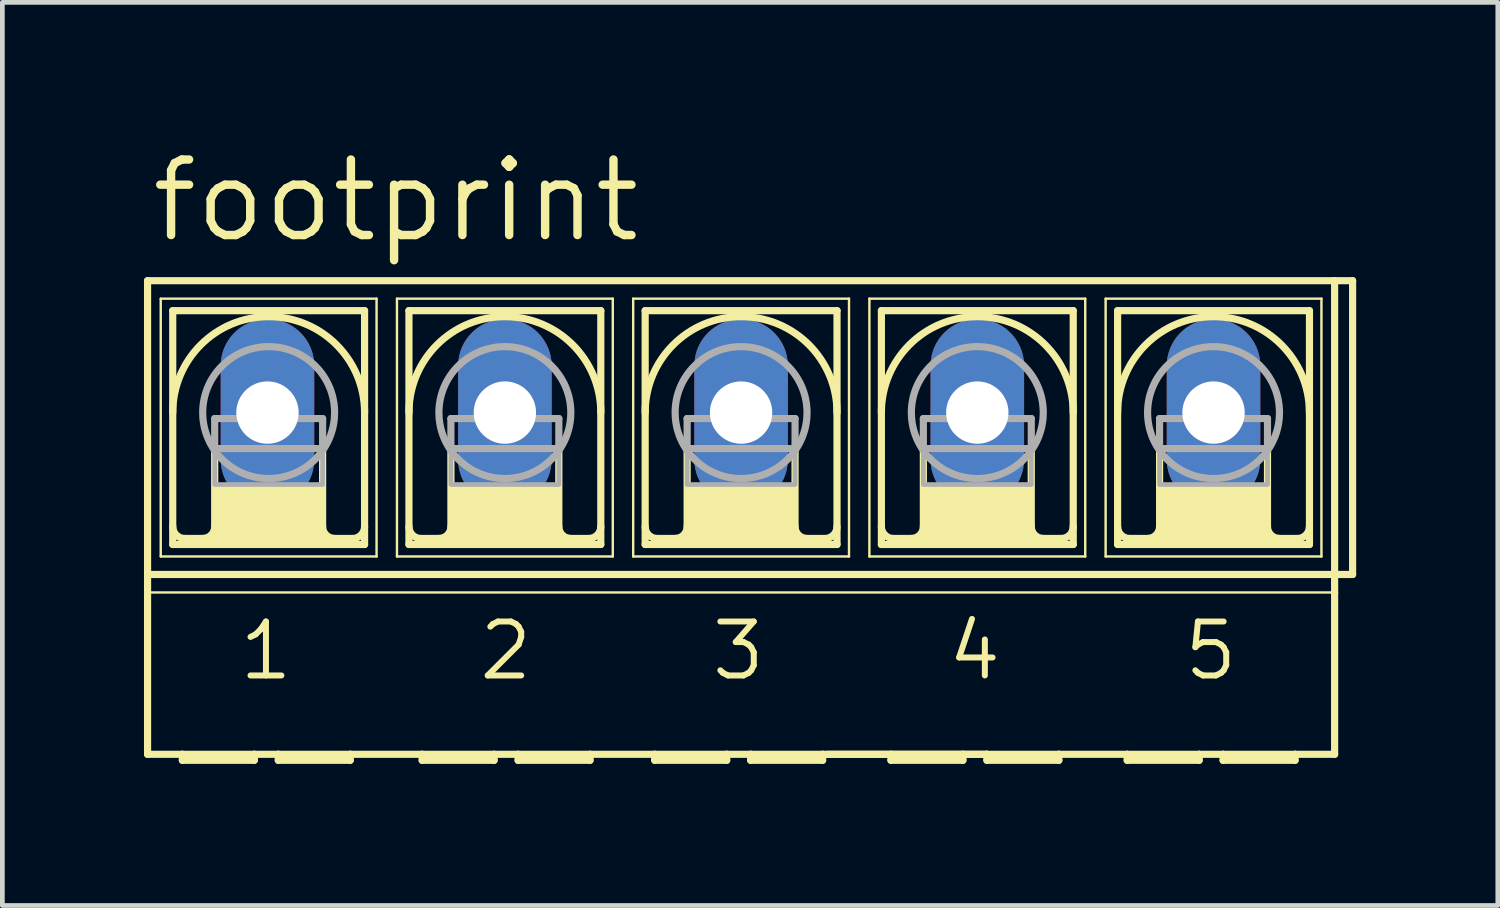
<source format=kicad_pcb>
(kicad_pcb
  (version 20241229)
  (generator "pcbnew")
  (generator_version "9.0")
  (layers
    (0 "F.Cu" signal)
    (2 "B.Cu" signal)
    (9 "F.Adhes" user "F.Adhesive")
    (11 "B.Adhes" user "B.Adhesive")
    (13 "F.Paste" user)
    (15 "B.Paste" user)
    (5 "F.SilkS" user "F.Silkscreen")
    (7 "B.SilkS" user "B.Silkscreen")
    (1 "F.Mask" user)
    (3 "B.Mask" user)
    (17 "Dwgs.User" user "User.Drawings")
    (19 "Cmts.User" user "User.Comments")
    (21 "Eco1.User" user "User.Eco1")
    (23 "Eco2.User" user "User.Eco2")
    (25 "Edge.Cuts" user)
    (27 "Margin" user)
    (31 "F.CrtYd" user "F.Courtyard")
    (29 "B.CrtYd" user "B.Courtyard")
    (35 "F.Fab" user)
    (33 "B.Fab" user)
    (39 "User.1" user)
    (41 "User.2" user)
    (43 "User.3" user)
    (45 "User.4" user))
  (footprint "footprint"
    (layer "F.Cu")
    (at 12.649 5.69)
    (property "Reference" "footprint" (at -12.573 -3.556 0) (layer "F.SilkS") (effects (font (size 1.6 1.6) (thickness 0.178)) (justify left bottom)))
    (fp_line (start -12.573 3.429) (end -12.573 -2.794) (stroke (width 0.152) (type solid)) (layer "F.SilkS"))
    (fp_line (start -12.573 3.429) (end 12.573 3.429) (stroke (width 0.152) (type solid)) (layer "F.SilkS"))
    (fp_line (start -12.573 3.81) (end -12.573 3.429) (stroke (width 0.152) (type solid)) (layer "F.SilkS"))
    (fp_line (start -12.573 7.239) (end -12.573 3.81) (stroke (width 0.152) (type solid)) (layer "F.SilkS"))
    (fp_line (start -12.573 7.239) (end -11.836 7.239) (stroke (width 0.152) (type solid)) (layer "F.SilkS"))
    (fp_line (start -12.294 -2.413) (end -12.294 3.048) (stroke (width 0.051) (type solid)) (layer "F.SilkS"))
    (fp_line (start -12.294 -2.413) (end -7.722 -2.413) (stroke (width 0.051) (type solid)) (layer "F.SilkS"))
    (fp_line (start -12.04 2.794) (end -12.04 -2.159) (stroke (width 0.152) (type solid)) (layer "F.SilkS"))
    (fp_line (start -12.04 2.794) (end -7.976 2.794) (stroke (width 0.152) (type solid)) (layer "F.SilkS"))
    (fp_line (start -11.836 7.239) (end -10.312 7.239) (stroke (width 0.152) (type solid)) (layer "F.SilkS"))
    (fp_line (start -11.836 7.366) (end -11.836 7.239) (stroke (width 0.152) (type solid)) (layer "F.SilkS"))
    (fp_line (start -11.836 7.366) (end -10.312 7.366) (stroke (width 0.152) (type solid)) (layer "F.SilkS"))
    (fp_line (start -11.151 0.762) (end -11.151 2.413) (stroke (width 0.152) (type solid)) (layer "F.SilkS"))
    (fp_line (start -10.312 7.239) (end -10.312 7.366) (stroke (width 0.152) (type solid)) (layer "F.SilkS"))
    (fp_line (start -10.312 7.239) (end -9.804 7.239) (stroke (width 0.152) (type solid)) (layer "F.SilkS"))
    (fp_line (start -9.804 7.239) (end -8.28 7.239) (stroke (width 0.152) (type solid)) (layer "F.SilkS"))
    (fp_line (start -9.804 7.366) (end -9.804 7.239) (stroke (width 0.152) (type solid)) (layer "F.SilkS"))
    (fp_line (start -9.804 7.366) (end -8.28 7.366) (stroke (width 0.152) (type solid)) (layer "F.SilkS"))
    (fp_line (start -8.865 0.762) (end -8.865 2.413) (stroke (width 0.152) (type solid)) (layer "F.SilkS"))
    (fp_line (start -8.28 7.239) (end -6.756 7.239) (stroke (width 0.152) (type solid)) (layer "F.SilkS"))
    (fp_line (start -8.28 7.366) (end -8.28 7.239) (stroke (width 0.152) (type solid)) (layer "F.SilkS"))
    (fp_line (start -8.23 2.667) (end -11.786 2.667) (stroke (width 0.152) (type solid)) (layer "F.SilkS"))
    (fp_line (start -7.976 -2.159) (end -12.04 -2.159) (stroke (width 0.152) (type solid)) (layer "F.SilkS"))
    (fp_line (start -7.976 -2.159) (end -7.976 2.794) (stroke (width 0.152) (type solid)) (layer "F.SilkS"))
    (fp_line (start -7.722 -2.413) (end -7.722 3.048) (stroke (width 0.051) (type solid)) (layer "F.SilkS"))
    (fp_line (start -7.722 3.048) (end -12.294 3.048) (stroke (width 0.051) (type solid)) (layer "F.SilkS"))
    (fp_line (start -7.29 -2.413) (end -7.29 3.048) (stroke (width 0.051) (type solid)) (layer "F.SilkS"))
    (fp_line (start -7.29 -2.413) (end -2.718 -2.413) (stroke (width 0.051) (type solid)) (layer "F.SilkS"))
    (fp_line (start -7.036 -2.159) (end -7.036 2.794) (stroke (width 0.152) (type solid)) (layer "F.SilkS"))
    (fp_line (start -7.036 2.794) (end -2.972 2.794) (stroke (width 0.152) (type solid)) (layer "F.SilkS"))
    (fp_line (start -6.756 7.239) (end -5.232 7.239) (stroke (width 0.152) (type solid)) (layer "F.SilkS"))
    (fp_line (start -6.756 7.366) (end -6.756 7.239) (stroke (width 0.152) (type solid)) (layer "F.SilkS"))
    (fp_line (start -6.756 7.366) (end -5.232 7.366) (stroke (width 0.152) (type solid)) (layer "F.SilkS"))
    (fp_line (start -6.147 0.762) (end -6.147 2.413) (stroke (width 0.152) (type solid)) (layer "F.SilkS"))
    (fp_line (start -5.232 7.239) (end -5.232 7.366) (stroke (width 0.152) (type solid)) (layer "F.SilkS"))
    (fp_line (start -5.232 7.239) (end -4.724 7.239) (stroke (width 0.152) (type solid)) (layer "F.SilkS"))
    (fp_line (start -4.724 7.239) (end -3.2 7.239) (stroke (width 0.152) (type solid)) (layer "F.SilkS"))
    (fp_line (start -4.724 7.366) (end -4.724 7.239) (stroke (width 0.152) (type solid)) (layer "F.SilkS"))
    (fp_line (start -4.724 7.366) (end -3.2 7.366) (stroke (width 0.152) (type solid)) (layer "F.SilkS"))
    (fp_line (start -3.861 0.762) (end -3.861 2.413) (stroke (width 0.152) (type solid)) (layer "F.SilkS"))
    (fp_line (start -3.226 2.667) (end -6.782 2.667) (stroke (width 0.152) (type solid)) (layer "F.SilkS"))
    (fp_line (start -3.2 7.366) (end -3.2 7.239) (stroke (width 0.152) (type solid)) (layer "F.SilkS"))
    (fp_line (start -2.972 -2.159) (end -7.036 -2.159) (stroke (width 0.152) (type solid)) (layer "F.SilkS"))
    (fp_line (start -2.972 2.794) (end -2.972 -2.159) (stroke (width 0.152) (type solid)) (layer "F.SilkS"))
    (fp_line (start -2.718 3.048) (end -7.29 3.048) (stroke (width 0.051) (type solid)) (layer "F.SilkS"))
    (fp_line (start -2.718 3.048) (end -2.718 -2.413) (stroke (width 0.051) (type solid)) (layer "F.SilkS"))
    (fp_line (start -2.286 -2.413) (end -2.286 3.048) (stroke (width 0.051) (type solid)) (layer "F.SilkS"))
    (fp_line (start -2.286 -2.413) (end 2.286 -2.413) (stroke (width 0.051) (type solid)) (layer "F.SilkS"))
    (fp_line (start -2.032 2.794) (end -2.032 -2.159) (stroke (width 0.152) (type solid)) (layer "F.SilkS"))
    (fp_line (start -2.032 2.794) (end 2.032 2.794) (stroke (width 0.152) (type solid)) (layer "F.SilkS"))
    (fp_line (start -1.829 7.239) (end -3.2 7.239) (stroke (width 0.152) (type solid)) (layer "F.SilkS"))
    (fp_line (start -1.829 7.239) (end -1.829 7.366) (stroke (width 0.152) (type solid)) (layer "F.SilkS"))
    (fp_line (start -1.829 7.239) (end -0.305 7.239) (stroke (width 0.152) (type solid)) (layer "F.SilkS"))
    (fp_line (start -1.829 7.366) (end -0.305 7.366) (stroke (width 0.152) (type solid)) (layer "F.SilkS"))
    (fp_line (start -1.143 0.762) (end -1.143 2.413) (stroke (width 0.152) (type solid)) (layer "F.SilkS"))
    (fp_line (start -0.305 7.239) (end -0.305 7.366) (stroke (width 0.152) (type solid)) (layer "F.SilkS"))
    (fp_line (start -0.305 7.239) (end 0.203 7.239) (stroke (width 0.152) (type solid)) (layer "F.SilkS"))
    (fp_line (start 0.203 7.239) (end 0.203 7.366) (stroke (width 0.152) (type solid)) (layer "F.SilkS"))
    (fp_line (start 0.203 7.239) (end 1.727 7.239) (stroke (width 0.152) (type solid)) (layer "F.SilkS"))
    (fp_line (start 0.203 7.366) (end 1.727 7.366) (stroke (width 0.152) (type solid)) (layer "F.SilkS"))
    (fp_line (start 1.143 0.762) (end 1.143 2.413) (stroke (width 0.152) (type solid)) (layer "F.SilkS"))
    (fp_line (start 1.727 7.366) (end 1.727 7.239) (stroke (width 0.152) (type solid)) (layer "F.SilkS"))
    (fp_line (start 1.778 2.667) (end -1.778 2.667) (stroke (width 0.152) (type solid)) (layer "F.SilkS"))
    (fp_line (start 2.032 -2.159) (end -2.032 -2.159) (stroke (width 0.152) (type solid)) (layer "F.SilkS"))
    (fp_line (start 2.032 -2.159) (end 2.032 2.794) (stroke (width 0.152) (type solid)) (layer "F.SilkS"))
    (fp_line (start 2.286 -2.413) (end 2.286 3.048) (stroke (width 0.051) (type solid)) (layer "F.SilkS"))
    (fp_line (start 2.286 3.048) (end -2.286 3.048) (stroke (width 0.051) (type solid)) (layer "F.SilkS"))
    (fp_line (start 2.718 -2.413) (end 2.718 3.048) (stroke (width 0.051) (type solid)) (layer "F.SilkS"))
    (fp_line (start 2.718 -2.413) (end 7.29 -2.413) (stroke (width 0.051) (type solid)) (layer "F.SilkS"))
    (fp_line (start 2.972 2.794) (end 2.972 -2.159) (stroke (width 0.152) (type solid)) (layer "F.SilkS"))
    (fp_line (start 2.972 2.794) (end 7.036 2.794) (stroke (width 0.152) (type solid)) (layer "F.SilkS"))
    (fp_line (start 3.175 7.239) (end 1.829 7.239) (stroke (width 0.152) (type solid)) (layer "F.SilkS"))
    (fp_line (start 3.175 7.239) (end 3.175 7.366) (stroke (width 0.152) (type solid)) (layer "F.SilkS"))
    (fp_line (start 3.175 7.239) (end 4.699 7.239) (stroke (width 0.152) (type solid)) (layer "F.SilkS"))
    (fp_line (start 3.175 7.366) (end 4.699 7.366) (stroke (width 0.152) (type solid)) (layer "F.SilkS"))
    (fp_line (start 3.861 0.762) (end 3.861 2.413) (stroke (width 0.152) (type solid)) (layer "F.SilkS"))
    (fp_line (start 4.699 7.239) (end 4.699 7.366) (stroke (width 0.152) (type solid)) (layer "F.SilkS"))
    (fp_line (start 4.699 7.239) (end 5.207 7.239) (stroke (width 0.152) (type solid)) (layer "F.SilkS"))
    (fp_line (start 5.207 7.239) (end 1.727 7.239) (stroke (width 0.152) (type solid)) (layer "F.SilkS"))
    (fp_line (start 5.207 7.239) (end 5.207 7.366) (stroke (width 0.152) (type solid)) (layer "F.SilkS"))
    (fp_line (start 5.207 7.366) (end 6.731 7.366) (stroke (width 0.152) (type solid)) (layer "F.SilkS"))
    (fp_line (start 6.147 0.762) (end 6.147 2.413) (stroke (width 0.152) (type solid)) (layer "F.SilkS"))
    (fp_line (start 6.731 7.239) (end 5.207 7.239) (stroke (width 0.152) (type solid)) (layer "F.SilkS"))
    (fp_line (start 6.731 7.366) (end 6.731 7.239) (stroke (width 0.152) (type solid)) (layer "F.SilkS"))
    (fp_line (start 6.782 2.667) (end 3.226 2.667) (stroke (width 0.152) (type solid)) (layer "F.SilkS"))
    (fp_line (start 7.036 -2.159) (end 2.972 -2.159) (stroke (width 0.152) (type solid)) (layer "F.SilkS"))
    (fp_line (start 7.036 -2.159) (end 7.036 2.794) (stroke (width 0.152) (type solid)) (layer "F.SilkS"))
    (fp_line (start 7.29 -2.413) (end 7.29 3.048) (stroke (width 0.051) (type solid)) (layer "F.SilkS"))
    (fp_line (start 7.29 3.048) (end 2.718 3.048) (stroke (width 0.051) (type solid)) (layer "F.SilkS"))
    (fp_line (start 7.722 -2.413) (end 7.722 3.048) (stroke (width 0.051) (type solid)) (layer "F.SilkS"))
    (fp_line (start 7.722 -2.413) (end 12.294 -2.413) (stroke (width 0.051) (type solid)) (layer "F.SilkS"))
    (fp_line (start 7.976 2.794) (end 7.976 -2.159) (stroke (width 0.152) (type solid)) (layer "F.SilkS"))
    (fp_line (start 7.976 2.794) (end 12.04 2.794) (stroke (width 0.152) (type solid)) (layer "F.SilkS"))
    (fp_line (start 8.179 7.239) (end 6.731 7.239) (stroke (width 0.152) (type solid)) (layer "F.SilkS"))
    (fp_line (start 8.179 7.366) (end 8.179 7.239) (stroke (width 0.152) (type solid)) (layer "F.SilkS"))
    (fp_line (start 8.179 7.366) (end 9.703 7.366) (stroke (width 0.152) (type solid)) (layer "F.SilkS"))
    (fp_line (start 8.865 0.762) (end 8.865 2.413) (stroke (width 0.152) (type solid)) (layer "F.SilkS"))
    (fp_line (start 9.703 7.239) (end 8.179 7.239) (stroke (width 0.152) (type solid)) (layer "F.SilkS"))
    (fp_line (start 9.703 7.239) (end 9.703 7.366) (stroke (width 0.152) (type solid)) (layer "F.SilkS"))
    (fp_line (start 10.211 7.239) (end 9.703 7.239) (stroke (width 0.152) (type solid)) (layer "F.SilkS"))
    (fp_line (start 10.211 7.366) (end 10.211 7.239) (stroke (width 0.152) (type solid)) (layer "F.SilkS"))
    (fp_line (start 10.211 7.366) (end 11.735 7.366) (stroke (width 0.152) (type solid)) (layer "F.SilkS"))
    (fp_line (start 11.151 0.762) (end 11.151 2.413) (stroke (width 0.152) (type solid)) (layer "F.SilkS"))
    (fp_line (start 11.735 7.239) (end 10.211 7.239) (stroke (width 0.152) (type solid)) (layer "F.SilkS"))
    (fp_line (start 11.735 7.366) (end 11.735 7.239) (stroke (width 0.152) (type solid)) (layer "F.SilkS"))
    (fp_line (start 11.786 2.667) (end 8.23 2.667) (stroke (width 0.152) (type solid)) (layer "F.SilkS"))
    (fp_line (start 12.04 -2.159) (end 7.976 -2.159) (stroke (width 0.152) (type solid)) (layer "F.SilkS"))
    (fp_line (start 12.04 -2.159) (end 12.04 2.794) (stroke (width 0.152) (type solid)) (layer "F.SilkS"))
    (fp_line (start 12.294 -2.413) (end 12.294 3.048) (stroke (width 0.051) (type solid)) (layer "F.SilkS"))
    (fp_line (start 12.294 3.048) (end 7.722 3.048) (stroke (width 0.051) (type solid)) (layer "F.SilkS"))
    (fp_line (start 12.573 -2.794) (end -12.573 -2.794) (stroke (width 0.152) (type solid)) (layer "F.SilkS"))
    (fp_line (start 12.573 -2.794) (end 12.573 3.429) (stroke (width 0.152) (type solid)) (layer "F.SilkS"))
    (fp_line (start 12.573 3.429) (end 12.573 3.81) (stroke (width 0.152) (type solid)) (layer "F.SilkS"))
    (fp_line (start 12.573 3.81) (end -12.573 3.81) (stroke (width 0.051) (type solid)) (layer "F.SilkS"))
    (fp_line (start 12.573 3.81) (end 12.573 7.239) (stroke (width 0.152) (type solid)) (layer "F.SilkS"))
    (fp_line (start 12.573 7.239) (end 11.735 7.239) (stroke (width 0.152) (type solid)) (layer "F.SilkS"))
    (fp_line (start 12.954 -2.794) (end 12.573 -2.794) (stroke (width 0.152) (type solid)) (layer "F.SilkS"))
    (fp_line (start 12.954 -2.794) (end 12.954 3.429) (stroke (width 0.152) (type solid)) (layer "F.SilkS"))
    (fp_line (start 12.954 3.429) (end 12.573 3.429) (stroke (width 0.152) (type solid)) (layer "F.SilkS"))
    (fp_arc (start -12.0396 0) (mid -10.0076 -2.032) (end -7.9756 0) (stroke (width 0.1524) (type solid)) (layer "F.SilkS"))
    (fp_arc (start -11.7856 2.667) (mid -11.965205 2.592605) (end -12.0396 2.413) (stroke (width 0.1524) (type solid)) (layer "F.SilkS"))
    (fp_arc (start -11.1506 2.413) (mid -11.224995 2.592605) (end -11.4046 2.667) (stroke (width 0.1524) (type solid)) (layer "F.SilkS"))
    (fp_arc (start -8.6106 2.667) (mid -8.790205 2.592605) (end -8.8646 2.413) (stroke (width 0.1524) (type solid)) (layer "F.SilkS"))
    (fp_arc (start -7.9756 2.413) (mid -8.049995 2.592605) (end -8.2296 2.667) (stroke (width 0.1524) (type solid)) (layer "F.SilkS"))
    (fp_arc (start -7.0358 0) (mid -5.0038 -2.032) (end -2.9718 0) (stroke (width 0.1524) (type solid)) (layer "F.SilkS"))
    (fp_arc (start -6.7818 2.667) (mid -6.961405 2.592605) (end -7.0358 2.413) (stroke (width 0.1524) (type solid)) (layer "F.SilkS"))
    (fp_arc (start -6.1468 2.413) (mid -6.221195 2.592605) (end -6.4008 2.667) (stroke (width 0.1524) (type solid)) (layer "F.SilkS"))
    (fp_arc (start -3.6068 2.667) (mid -3.786405 2.592605) (end -3.8608 2.413) (stroke (width 0.1524) (type solid)) (layer "F.SilkS"))
    (fp_arc (start -2.9718 2.413) (mid -3.046195 2.592605) (end -3.2258 2.667) (stroke (width 0.1524) (type solid)) (layer "F.SilkS"))
    (fp_arc (start -2.032 0) (mid 0 -2.032) (end 2.032 0) (stroke (width 0.1524) (type solid)) (layer "F.SilkS"))
    (fp_arc (start -1.778 2.667) (mid -1.957605 2.592605) (end -2.032 2.413) (stroke (width 0.1524) (type solid)) (layer "F.SilkS"))
    (fp_arc (start -1.143 2.413) (mid -1.217395 2.592605) (end -1.397 2.667) (stroke (width 0.1524) (type solid)) (layer "F.SilkS"))
    (fp_arc (start 1.397 2.667) (mid 1.217395 2.592605) (end 1.143 2.413) (stroke (width 0.1524) (type solid)) (layer "F.SilkS"))
    (fp_arc (start 2.032 2.413) (mid 1.957605 2.592605) (end 1.778 2.667) (stroke (width 0.1524) (type solid)) (layer "F.SilkS"))
    (fp_arc (start 2.9718 0) (mid 5.0038 -2.032) (end 7.0358 0) (stroke (width 0.1524) (type solid)) (layer "F.SilkS"))
    (fp_arc (start 3.2258 2.667) (mid 3.046195 2.592605) (end 2.9718 2.413) (stroke (width 0.1524) (type solid)) (layer "F.SilkS"))
    (fp_arc (start 3.8608 2.413) (mid 3.786405 2.592605) (end 3.6068 2.667) (stroke (width 0.1524) (type solid)) (layer "F.SilkS"))
    (fp_arc (start 6.4008 2.667) (mid 6.221195 2.592605) (end 6.1468 2.413) (stroke (width 0.1524) (type solid)) (layer "F.SilkS"))
    (fp_arc (start 7.0358 2.413) (mid 6.961405 2.592605) (end 6.7818 2.667) (stroke (width 0.1524) (type solid)) (layer "F.SilkS"))
    (fp_arc (start 7.9756 0) (mid 10.0076 -2.032) (end 12.0396 0) (stroke (width 0.1524) (type solid)) (layer "F.SilkS"))
    (fp_arc (start 8.2296 2.667) (mid 8.049995 2.592605) (end 7.9756 2.413) (stroke (width 0.1524) (type solid)) (layer "F.SilkS"))
    (fp_arc (start 8.8646 2.413) (mid 8.790205 2.592605) (end 8.6106 2.667) (stroke (width 0.1524) (type solid)) (layer "F.SilkS"))
    (fp_arc (start 11.4046 2.667) (mid 11.224995 2.592605) (end 11.1506 2.413) (stroke (width 0.1524) (type solid)) (layer "F.SilkS"))
    (fp_arc (start 12.0396 2.413) (mid 11.965205 2.592605) (end 11.7856 2.667) (stroke (width 0.1524) (type solid)) (layer "F.SilkS"))
    (fp_poly (pts (xy -11.151 2.667) (xy -8.865 2.667) (xy -8.865 1.524) (xy -11.151 1.524)) (stroke (width 0) (type solid)) (fill yes) (layer "F.SilkS"))
    (fp_poly (pts (xy -6.147 2.667) (xy -3.861 2.667) (xy -3.861 1.524) (xy -6.147 1.524)) (stroke (width 0) (type solid)) (fill yes) (layer "F.SilkS"))
    (fp_poly (pts (xy -1.143 2.667) (xy 1.143 2.667) (xy 1.143 1.524) (xy -1.143 1.524)) (stroke (width 0) (type solid)) (fill yes) (layer "F.SilkS"))
    (fp_poly (pts (xy 3.861 2.667) (xy 6.147 2.667) (xy 6.147 1.524) (xy 3.861 1.524)) (stroke (width 0) (type solid)) (fill yes) (layer "F.SilkS"))
    (fp_poly (pts (xy 8.865 2.667) (xy 11.151 2.667) (xy 11.151 1.524) (xy 8.865 1.524)) (stroke (width 0) (type solid)) (fill yes) (layer "F.SilkS"))
    (fp_line (start -11.151 0.127) (end -11.151 0.762) (stroke (width 0.152) (type solid)) (layer "F.Fab"))
    (fp_line (start -11.151 0.127) (end -8.865 0.127) (stroke (width 0.152) (type solid)) (layer "F.Fab"))
    (fp_line (start -11.151 0.762) (end -8.865 0.762) (stroke (width 0.152) (type solid)) (layer "F.Fab"))
    (fp_line (start -8.865 0.127) (end -8.865 0.762) (stroke (width 0.152) (type solid)) (layer "F.Fab"))
    (fp_line (start -6.147 0.127) (end -6.147 0.762) (stroke (width 0.152) (type solid)) (layer "F.Fab"))
    (fp_line (start -6.147 0.127) (end -3.861 0.127) (stroke (width 0.152) (type solid)) (layer "F.Fab"))
    (fp_line (start -6.147 0.762) (end -3.861 0.762) (stroke (width 0.152) (type solid)) (layer "F.Fab"))
    (fp_line (start -3.861 0.127) (end -3.861 0.762) (stroke (width 0.152) (type solid)) (layer "F.Fab"))
    (fp_line (start -1.143 0.127) (end -1.143 0.762) (stroke (width 0.152) (type solid)) (layer "F.Fab"))
    (fp_line (start -1.143 0.127) (end 1.143 0.127) (stroke (width 0.152) (type solid)) (layer "F.Fab"))
    (fp_line (start -1.143 0.762) (end 1.143 0.762) (stroke (width 0.152) (type solid)) (layer "F.Fab"))
    (fp_line (start 1.143 0.127) (end 1.143 0.762) (stroke (width 0.152) (type solid)) (layer "F.Fab"))
    (fp_line (start 3.861 0.127) (end 3.861 0.762) (stroke (width 0.152) (type solid)) (layer "F.Fab"))
    (fp_line (start 3.861 0.127) (end 6.147 0.127) (stroke (width 0.152) (type solid)) (layer "F.Fab"))
    (fp_line (start 3.861 0.762) (end 6.147 0.762) (stroke (width 0.152) (type solid)) (layer "F.Fab"))
    (fp_line (start 6.147 0.127) (end 6.147 0.762) (stroke (width 0.152) (type solid)) (layer "F.Fab"))
    (fp_line (start 8.865 0.127) (end 8.865 0.762) (stroke (width 0.152) (type solid)) (layer "F.Fab"))
    (fp_line (start 8.865 0.127) (end 11.151 0.127) (stroke (width 0.152) (type solid)) (layer "F.Fab"))
    (fp_line (start 8.865 0.762) (end 11.151 0.762) (stroke (width 0.152) (type solid)) (layer "F.Fab"))
    (fp_line (start 11.151 0.127) (end 11.151 0.762) (stroke (width 0.152) (type solid)) (layer "F.Fab"))
    (fp_circle (center -10.008 0) (end -8.611 0) (stroke (width 0.152) (type solid)) (fill no) (layer "F.Fab"))
    (fp_circle (center -5.004 0) (end -3.607 0) (stroke (width 0.152) (type solid)) (fill no) (layer "F.Fab"))
    (fp_circle (center 0 0) (end 1.397 0) (stroke (width 0.152) (type solid)) (fill no) (layer "F.Fab"))
    (fp_circle (center 5.004 0) (end 6.401 0) (stroke (width 0.152) (type solid)) (fill no) (layer "F.Fab"))
    (fp_circle (center 10.008 0) (end 11.405 0) (stroke (width 0.152) (type solid)) (fill no) (layer "F.Fab"))
    (fp_poly (pts (xy -11.151 1.524) (xy -8.865 1.524) (xy -8.865 0.762) (xy -11.151 0.762)) (stroke (width 0.1) (type solid)) (fill no) (layer "F.Fab"))
    (fp_poly (pts (xy -6.147 1.524) (xy -3.861 1.524) (xy -3.861 0.762) (xy -6.147 0.762)) (stroke (width 0.1) (type solid)) (fill no) (layer "F.Fab"))
    (fp_poly (pts (xy -1.143 1.524) (xy 1.143 1.524) (xy 1.143 0.762) (xy -1.143 0.762)) (stroke (width 0.1) (type solid)) (fill no) (layer "F.Fab"))
    (fp_poly (pts (xy 3.861 1.524) (xy 6.147 1.524) (xy 6.147 0.762) (xy 3.861 0.762)) (stroke (width 0.1) (type solid)) (fill no) (layer "F.Fab"))
    (fp_poly (pts (xy 8.865 1.524) (xy 11.151 1.524) (xy 11.151 0.762) (xy 8.865 0.762)) (stroke (width 0.1) (type solid)) (fill no) (layer "F.Fab"))
    (fp_text user "5" (at 9.322 5.715 0) (layer "F.SilkS") (effects (font (size 1.143 1.143) (thickness 0.127)) (justify left bottom)))
    (fp_text user "1" (at -10.693 5.715 0) (layer "F.SilkS") (effects (font (size 1.143 1.143) (thickness 0.127)) (justify left bottom)))
    (fp_text user "2" (at -5.613 5.715 0) (layer "F.SilkS") (effects (font (size 1.143 1.143) (thickness 0.127)) (justify left bottom)))
    (fp_text user "3" (at -0.686 5.715 0) (layer "F.SilkS") (effects (font (size 1.143 1.143) (thickness 0.127)) (justify left bottom)))
    (fp_text user "4" (at 4.318 5.715 0) (layer "F.SilkS") (effects (font (size 1.143 1.143) (thickness 0.127)) (justify left bottom)))
    (pad "1" thru_hole oval (at -10.033 0 90) (size 3.962 1.981) (drill 1.321) (layers "*.Cu" "*.Mask"))
    (pad "2" thru_hole oval (at -5.004 0 90) (size 3.962 1.981) (drill 1.321) (layers "*.Cu" "*.Mask"))
    (pad "3" thru_hole oval (at 0 0 90) (size 3.962 1.981) (drill 1.321) (layers "*.Cu" "*.Mask"))
    (pad "4" thru_hole oval (at 5.004 0 90) (size 3.962 1.981) (drill 1.321) (layers "*.Cu" "*.Mask"))
    (pad "5" thru_hole oval (at 10.008 0 90) (size 3.962 1.981) (drill 1.321) (layers "*.Cu" "*.Mask")))
  (gr_rect
    (start -3 -3)
    (end 28.679 16.132)
    (stroke (width 0.1) (type default))
    (fill no)
    (layer "Edge.Cuts")))
</source>
